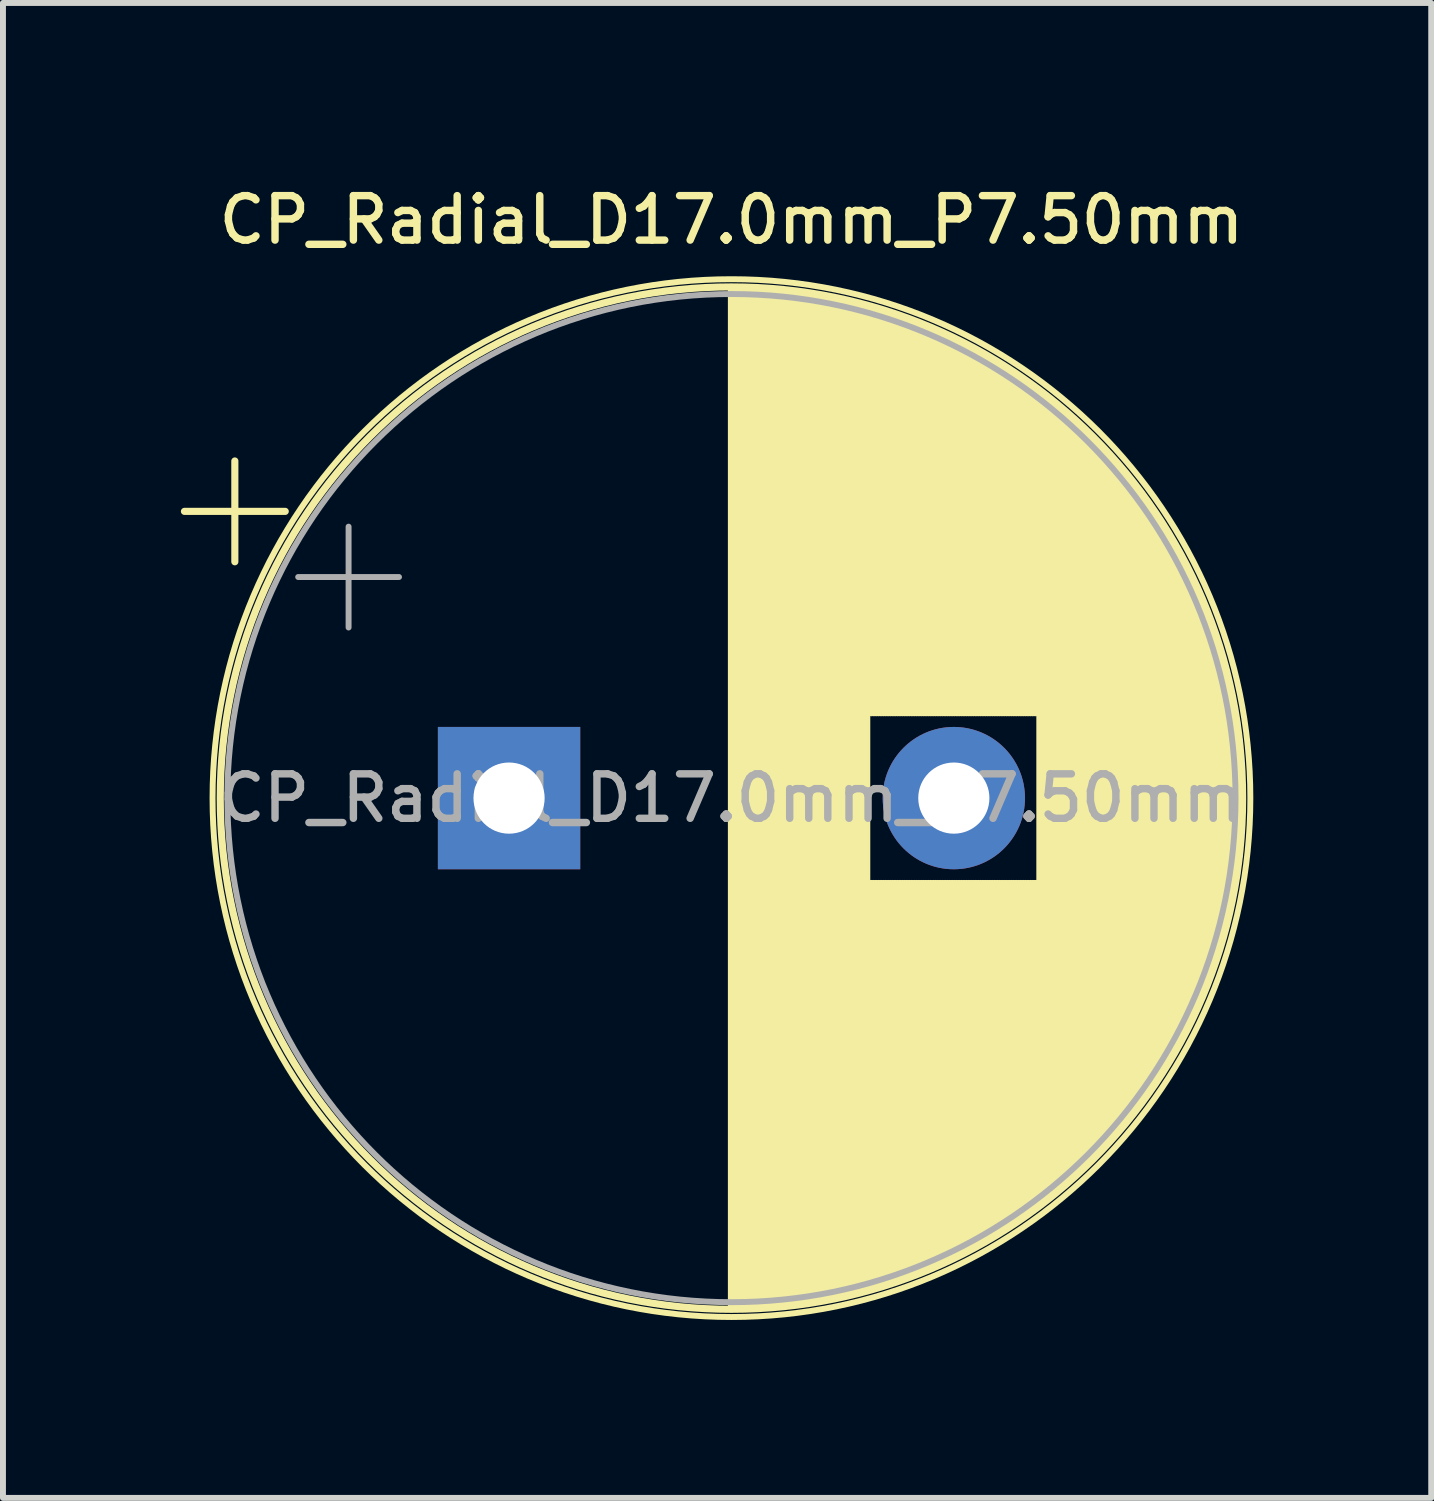
<source format=kicad_pcb>
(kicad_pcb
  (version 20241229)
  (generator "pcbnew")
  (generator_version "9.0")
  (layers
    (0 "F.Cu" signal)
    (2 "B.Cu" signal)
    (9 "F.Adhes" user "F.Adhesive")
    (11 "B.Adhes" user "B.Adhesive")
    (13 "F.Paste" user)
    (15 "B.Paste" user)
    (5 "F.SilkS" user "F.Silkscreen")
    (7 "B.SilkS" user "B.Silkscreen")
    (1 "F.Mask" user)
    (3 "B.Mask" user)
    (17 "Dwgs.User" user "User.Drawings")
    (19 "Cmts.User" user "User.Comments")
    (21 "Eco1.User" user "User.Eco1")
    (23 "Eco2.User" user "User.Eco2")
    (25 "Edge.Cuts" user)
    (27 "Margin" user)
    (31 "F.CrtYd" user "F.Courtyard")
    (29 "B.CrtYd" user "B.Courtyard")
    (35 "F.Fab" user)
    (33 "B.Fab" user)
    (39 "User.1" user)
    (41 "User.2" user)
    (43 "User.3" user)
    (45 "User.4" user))
  (footprint "CP_Radial_D17.0mm_P7.50mm"
    (layer "F.Cu")
    (at 5.534 10.408)
    (property "Reference" "CP_Radial_D17.0mm_P7.50mm" (at 3.75 -9.75 0) (layer "F.SilkS") (effects (font (size 0.75 0.75) (thickness 0.125))))
    (attr through_hole)
    (fp_line (start -5.474 -4.835) (end -3.774 -4.835) (stroke (width 0.12) (type solid)) (layer "F.SilkS"))
    (fp_line (start -4.624 -5.685) (end -4.624 -3.985) (stroke (width 0.12) (type solid)) (layer "F.SilkS"))
    (fp_line (start 3.75 -8.581) (end 3.75 8.581) (stroke (width 0.12) (type solid)) (layer "F.SilkS"))
    (fp_line (start 3.79 -8.58) (end 3.79 8.58) (stroke (width 0.12) (type solid)) (layer "F.SilkS"))
    (fp_line (start 3.83 -8.58) (end 3.83 8.58) (stroke (width 0.12) (type solid)) (layer "F.SilkS"))
    (fp_line (start 3.87 -8.58) (end 3.87 8.58) (stroke (width 0.12) (type solid)) (layer "F.SilkS"))
    (fp_line (start 3.91 -8.579) (end 3.91 8.579) (stroke (width 0.12) (type solid)) (layer "F.SilkS"))
    (fp_line (start 3.95 -8.578) (end 3.95 8.578) (stroke (width 0.12) (type solid)) (layer "F.SilkS"))
    (fp_line (start 3.99 -8.577) (end 3.99 8.577) (stroke (width 0.12) (type solid)) (layer "F.SilkS"))
    (fp_line (start 4.03 -8.576) (end 4.03 8.576) (stroke (width 0.12) (type solid)) (layer "F.SilkS"))
    (fp_line (start 4.07 -8.575) (end 4.07 8.575) (stroke (width 0.12) (type solid)) (layer "F.SilkS"))
    (fp_line (start 4.11 -8.573) (end 4.11 8.573) (stroke (width 0.12) (type solid)) (layer "F.SilkS"))
    (fp_line (start 4.15 -8.571) (end 4.15 8.571) (stroke (width 0.12) (type solid)) (layer "F.SilkS"))
    (fp_line (start 4.19 -8.569) (end 4.19 8.569) (stroke (width 0.12) (type solid)) (layer "F.SilkS"))
    (fp_line (start 4.23 -8.567) (end 4.23 8.567) (stroke (width 0.12) (type solid)) (layer "F.SilkS"))
    (fp_line (start 4.27 -8.565) (end 4.27 8.565) (stroke (width 0.12) (type solid)) (layer "F.SilkS"))
    (fp_line (start 4.31 -8.562) (end 4.31 8.562) (stroke (width 0.12) (type solid)) (layer "F.SilkS"))
    (fp_line (start 4.35 -8.56) (end 4.35 8.56) (stroke (width 0.12) (type solid)) (layer "F.SilkS"))
    (fp_line (start 4.39 -8.557) (end 4.39 8.557) (stroke (width 0.12) (type solid)) (layer "F.SilkS"))
    (fp_line (start 4.43 -8.554) (end 4.43 8.554) (stroke (width 0.12) (type solid)) (layer "F.SilkS"))
    (fp_line (start 4.471 -8.55) (end 4.471 8.55) (stroke (width 0.12) (type solid)) (layer "F.SilkS"))
    (fp_line (start 4.511 -8.547) (end 4.511 8.547) (stroke (width 0.12) (type solid)) (layer "F.SilkS"))
    (fp_line (start 4.551 -8.543) (end 4.551 8.543) (stroke (width 0.12) (type solid)) (layer "F.SilkS"))
    (fp_line (start 4.591 -8.539) (end 4.591 8.539) (stroke (width 0.12) (type solid)) (layer "F.SilkS"))
    (fp_line (start 4.631 -8.535) (end 4.631 8.535) (stroke (width 0.12) (type solid)) (layer "F.SilkS"))
    (fp_line (start 4.671 -8.531) (end 4.671 8.531) (stroke (width 0.12) (type solid)) (layer "F.SilkS"))
    (fp_line (start 4.711 -8.527) (end 4.711 8.527) (stroke (width 0.12) (type solid)) (layer "F.SilkS"))
    (fp_line (start 4.751 -8.522) (end 4.751 8.522) (stroke (width 0.12) (type solid)) (layer "F.SilkS"))
    (fp_line (start 4.791 -8.518) (end 4.791 8.518) (stroke (width 0.12) (type solid)) (layer "F.SilkS"))
    (fp_line (start 4.831 -8.513) (end 4.831 8.513) (stroke (width 0.12) (type solid)) (layer "F.SilkS"))
    (fp_line (start 4.871 -8.507) (end 4.871 8.507) (stroke (width 0.12) (type solid)) (layer "F.SilkS"))
    (fp_line (start 4.911 -8.502) (end 4.911 8.502) (stroke (width 0.12) (type solid)) (layer "F.SilkS"))
    (fp_line (start 4.951 -8.497) (end 4.951 8.497) (stroke (width 0.12) (type solid)) (layer "F.SilkS"))
    (fp_line (start 4.991 -8.491) (end 4.991 8.491) (stroke (width 0.12) (type solid)) (layer "F.SilkS"))
    (fp_line (start 5.031 -8.485) (end 5.031 8.485) (stroke (width 0.12) (type solid)) (layer "F.SilkS"))
    (fp_line (start 5.071 -8.479) (end 5.071 8.479) (stroke (width 0.12) (type solid)) (layer "F.SilkS"))
    (fp_line (start 5.111 -8.473) (end 5.111 8.473) (stroke (width 0.12) (type solid)) (layer "F.SilkS"))
    (fp_line (start 5.151 -8.466) (end 5.151 8.466) (stroke (width 0.12) (type solid)) (layer "F.SilkS"))
    (fp_line (start 5.191 -8.459) (end 5.191 8.459) (stroke (width 0.12) (type solid)) (layer "F.SilkS"))
    (fp_line (start 5.231 -8.452) (end 5.231 8.452) (stroke (width 0.12) (type solid)) (layer "F.SilkS"))
    (fp_line (start 5.271 -8.445) (end 5.271 8.445) (stroke (width 0.12) (type solid)) (layer "F.SilkS"))
    (fp_line (start 5.311 -8.438) (end 5.311 8.438) (stroke (width 0.12) (type solid)) (layer "F.SilkS"))
    (fp_line (start 5.351 -8.431) (end 5.351 8.431) (stroke (width 0.12) (type solid)) (layer "F.SilkS"))
    (fp_line (start 5.391 -8.423) (end 5.391 8.423) (stroke (width 0.12) (type solid)) (layer "F.SilkS"))
    (fp_line (start 5.431 -8.415) (end 5.431 8.415) (stroke (width 0.12) (type solid)) (layer "F.SilkS"))
    (fp_line (start 5.471 -8.407) (end 5.471 8.407) (stroke (width 0.12) (type solid)) (layer "F.SilkS"))
    (fp_line (start 5.511 -8.399) (end 5.511 8.399) (stroke (width 0.12) (type solid)) (layer "F.SilkS"))
    (fp_line (start 5.551 -8.39) (end 5.551 8.39) (stroke (width 0.12) (type solid)) (layer "F.SilkS"))
    (fp_line (start 5.591 -8.382) (end 5.591 8.382) (stroke (width 0.12) (type solid)) (layer "F.SilkS"))
    (fp_line (start 5.631 -8.373) (end 5.631 8.373) (stroke (width 0.12) (type solid)) (layer "F.SilkS"))
    (fp_line (start 5.671 -8.364) (end 5.671 8.364) (stroke (width 0.12) (type solid)) (layer "F.SilkS"))
    (fp_line (start 5.711 -8.355) (end 5.711 8.355) (stroke (width 0.12) (type solid)) (layer "F.SilkS"))
    (fp_line (start 5.751 -8.345) (end 5.751 8.345) (stroke (width 0.12) (type solid)) (layer "F.SilkS"))
    (fp_line (start 5.791 -8.336) (end 5.791 8.336) (stroke (width 0.12) (type solid)) (layer "F.SilkS"))
    (fp_line (start 5.831 -8.326) (end 5.831 8.326) (stroke (width 0.12) (type solid)) (layer "F.SilkS"))
    (fp_line (start 5.871 -8.316) (end 5.871 8.316) (stroke (width 0.12) (type solid)) (layer "F.SilkS"))
    (fp_line (start 5.911 -8.305) (end 5.911 8.305) (stroke (width 0.12) (type solid)) (layer "F.SilkS"))
    (fp_line (start 5.951 -8.295) (end 5.951 8.295) (stroke (width 0.12) (type solid)) (layer "F.SilkS"))
    (fp_line (start 5.991 -8.284) (end 5.991 8.284) (stroke (width 0.12) (type solid)) (layer "F.SilkS"))
    (fp_line (start 6.031 -8.274) (end 6.031 8.274) (stroke (width 0.12) (type solid)) (layer "F.SilkS"))
    (fp_line (start 6.071 -8.262) (end 6.071 -1.44) (stroke (width 0.12) (type solid)) (layer "F.SilkS"))
    (fp_line (start 6.071 1.44) (end 6.071 8.262) (stroke (width 0.12) (type solid)) (layer "F.SilkS"))
    (fp_line (start 6.111 -8.251) (end 6.111 -1.44) (stroke (width 0.12) (type solid)) (layer "F.SilkS"))
    (fp_line (start 6.111 1.44) (end 6.111 8.251) (stroke (width 0.12) (type solid)) (layer "F.SilkS"))
    (fp_line (start 6.151 -8.24) (end 6.151 -1.44) (stroke (width 0.12) (type solid)) (layer "F.SilkS"))
    (fp_line (start 6.151 1.44) (end 6.151 8.24) (stroke (width 0.12) (type solid)) (layer "F.SilkS"))
    (fp_line (start 6.191 -8.228) (end 6.191 -1.44) (stroke (width 0.12) (type solid)) (layer "F.SilkS"))
    (fp_line (start 6.191 1.44) (end 6.191 8.228) (stroke (width 0.12) (type solid)) (layer "F.SilkS"))
    (fp_line (start 6.231 -8.216) (end 6.231 -1.44) (stroke (width 0.12) (type solid)) (layer "F.SilkS"))
    (fp_line (start 6.231 1.44) (end 6.231 8.216) (stroke (width 0.12) (type solid)) (layer "F.SilkS"))
    (fp_line (start 6.271 -8.204) (end 6.271 -1.44) (stroke (width 0.12) (type solid)) (layer "F.SilkS"))
    (fp_line (start 6.271 1.44) (end 6.271 8.204) (stroke (width 0.12) (type solid)) (layer "F.SilkS"))
    (fp_line (start 6.311 -8.192) (end 6.311 -1.44) (stroke (width 0.12) (type solid)) (layer "F.SilkS"))
    (fp_line (start 6.311 1.44) (end 6.311 8.192) (stroke (width 0.12) (type solid)) (layer "F.SilkS"))
    (fp_line (start 6.351 -8.179) (end 6.351 -1.44) (stroke (width 0.12) (type solid)) (layer "F.SilkS"))
    (fp_line (start 6.351 1.44) (end 6.351 8.179) (stroke (width 0.12) (type solid)) (layer "F.SilkS"))
    (fp_line (start 6.391 -8.166) (end 6.391 -1.44) (stroke (width 0.12) (type solid)) (layer "F.SilkS"))
    (fp_line (start 6.391 1.44) (end 6.391 8.166) (stroke (width 0.12) (type solid)) (layer "F.SilkS"))
    (fp_line (start 6.431 -8.153) (end 6.431 -1.44) (stroke (width 0.12) (type solid)) (layer "F.SilkS"))
    (fp_line (start 6.431 1.44) (end 6.431 8.153) (stroke (width 0.12) (type solid)) (layer "F.SilkS"))
    (fp_line (start 6.471 -8.14) (end 6.471 -1.44) (stroke (width 0.12) (type solid)) (layer "F.SilkS"))
    (fp_line (start 6.471 1.44) (end 6.471 8.14) (stroke (width 0.12) (type solid)) (layer "F.SilkS"))
    (fp_line (start 6.511 -8.127) (end 6.511 -1.44) (stroke (width 0.12) (type solid)) (layer "F.SilkS"))
    (fp_line (start 6.511 1.44) (end 6.511 8.127) (stroke (width 0.12) (type solid)) (layer "F.SilkS"))
    (fp_line (start 6.551 -8.113) (end 6.551 -1.44) (stroke (width 0.12) (type solid)) (layer "F.SilkS"))
    (fp_line (start 6.551 1.44) (end 6.551 8.113) (stroke (width 0.12) (type solid)) (layer "F.SilkS"))
    (fp_line (start 6.591 -8.099) (end 6.591 -1.44) (stroke (width 0.12) (type solid)) (layer "F.SilkS"))
    (fp_line (start 6.591 1.44) (end 6.591 8.099) (stroke (width 0.12) (type solid)) (layer "F.SilkS"))
    (fp_line (start 6.631 -8.085) (end 6.631 -1.44) (stroke (width 0.12) (type solid)) (layer "F.SilkS"))
    (fp_line (start 6.631 1.44) (end 6.631 8.085) (stroke (width 0.12) (type solid)) (layer "F.SilkS"))
    (fp_line (start 6.671 -8.071) (end 6.671 -1.44) (stroke (width 0.12) (type solid)) (layer "F.SilkS"))
    (fp_line (start 6.671 1.44) (end 6.671 8.071) (stroke (width 0.12) (type solid)) (layer "F.SilkS"))
    (fp_line (start 6.711 -8.056) (end 6.711 -1.44) (stroke (width 0.12) (type solid)) (layer "F.SilkS"))
    (fp_line (start 6.711 1.44) (end 6.711 8.056) (stroke (width 0.12) (type solid)) (layer "F.SilkS"))
    (fp_line (start 6.751 -8.042) (end 6.751 -1.44) (stroke (width 0.12) (type solid)) (layer "F.SilkS"))
    (fp_line (start 6.751 1.44) (end 6.751 8.042) (stroke (width 0.12) (type solid)) (layer "F.SilkS"))
    (fp_line (start 6.791 -8.027) (end 6.791 -1.44) (stroke (width 0.12) (type solid)) (layer "F.SilkS"))
    (fp_line (start 6.791 1.44) (end 6.791 8.027) (stroke (width 0.12) (type solid)) (layer "F.SilkS"))
    (fp_line (start 6.831 -8.011) (end 6.831 -1.44) (stroke (width 0.12) (type solid)) (layer "F.SilkS"))
    (fp_line (start 6.831 1.44) (end 6.831 8.011) (stroke (width 0.12) (type solid)) (layer "F.SilkS"))
    (fp_line (start 6.871 -7.996) (end 6.871 -1.44) (stroke (width 0.12) (type solid)) (layer "F.SilkS"))
    (fp_line (start 6.871 1.44) (end 6.871 7.996) (stroke (width 0.12) (type solid)) (layer "F.SilkS"))
    (fp_line (start 6.911 -7.98) (end 6.911 -1.44) (stroke (width 0.12) (type solid)) (layer "F.SilkS"))
    (fp_line (start 6.911 1.44) (end 6.911 7.98) (stroke (width 0.12) (type solid)) (layer "F.SilkS"))
    (fp_line (start 6.951 -7.965) (end 6.951 -1.44) (stroke (width 0.12) (type solid)) (layer "F.SilkS"))
    (fp_line (start 6.951 1.44) (end 6.951 7.965) (stroke (width 0.12) (type solid)) (layer "F.SilkS"))
    (fp_line (start 6.991 -7.948) (end 6.991 -1.44) (stroke (width 0.12) (type solid)) (layer "F.SilkS"))
    (fp_line (start 6.991 1.44) (end 6.991 7.948) (stroke (width 0.12) (type solid)) (layer "F.SilkS"))
    (fp_line (start 7.031 -7.932) (end 7.031 -1.44) (stroke (width 0.12) (type solid)) (layer "F.SilkS"))
    (fp_line (start 7.031 1.44) (end 7.031 7.932) (stroke (width 0.12) (type solid)) (layer "F.SilkS"))
    (fp_line (start 7.071 -7.915) (end 7.071 -1.44) (stroke (width 0.12) (type solid)) (layer "F.SilkS"))
    (fp_line (start 7.071 1.44) (end 7.071 7.915) (stroke (width 0.12) (type solid)) (layer "F.SilkS"))
    (fp_line (start 7.111 -7.899) (end 7.111 -1.44) (stroke (width 0.12) (type solid)) (layer "F.SilkS"))
    (fp_line (start 7.111 1.44) (end 7.111 7.899) (stroke (width 0.12) (type solid)) (layer "F.SilkS"))
    (fp_line (start 7.151 -7.882) (end 7.151 -1.44) (stroke (width 0.12) (type solid)) (layer "F.SilkS"))
    (fp_line (start 7.151 1.44) (end 7.151 7.882) (stroke (width 0.12) (type solid)) (layer "F.SilkS"))
    (fp_line (start 7.191 -7.864) (end 7.191 -1.44) (stroke (width 0.12) (type solid)) (layer "F.SilkS"))
    (fp_line (start 7.191 1.44) (end 7.191 7.864) (stroke (width 0.12) (type solid)) (layer "F.SilkS"))
    (fp_line (start 7.231 -7.847) (end 7.231 -1.44) (stroke (width 0.12) (type solid)) (layer "F.SilkS"))
    (fp_line (start 7.231 1.44) (end 7.231 7.847) (stroke (width 0.12) (type solid)) (layer "F.SilkS"))
    (fp_line (start 7.271 -7.829) (end 7.271 -1.44) (stroke (width 0.12) (type solid)) (layer "F.SilkS"))
    (fp_line (start 7.271 1.44) (end 7.271 7.829) (stroke (width 0.12) (type solid)) (layer "F.SilkS"))
    (fp_line (start 7.311 -7.811) (end 7.311 -1.44) (stroke (width 0.12) (type solid)) (layer "F.SilkS"))
    (fp_line (start 7.311 1.44) (end 7.311 7.811) (stroke (width 0.12) (type solid)) (layer "F.SilkS"))
    (fp_line (start 7.351 -7.793) (end 7.351 -1.44) (stroke (width 0.12) (type solid)) (layer "F.SilkS"))
    (fp_line (start 7.351 1.44) (end 7.351 7.793) (stroke (width 0.12) (type solid)) (layer "F.SilkS"))
    (fp_line (start 7.391 -7.774) (end 7.391 -1.44) (stroke (width 0.12) (type solid)) (layer "F.SilkS"))
    (fp_line (start 7.391 1.44) (end 7.391 7.774) (stroke (width 0.12) (type solid)) (layer "F.SilkS"))
    (fp_line (start 7.431 -7.755) (end 7.431 -1.44) (stroke (width 0.12) (type solid)) (layer "F.SilkS"))
    (fp_line (start 7.431 1.44) (end 7.431 7.755) (stroke (width 0.12) (type solid)) (layer "F.SilkS"))
    (fp_line (start 7.471 -7.736) (end 7.471 -1.44) (stroke (width 0.12) (type solid)) (layer "F.SilkS"))
    (fp_line (start 7.471 1.44) (end 7.471 7.736) (stroke (width 0.12) (type solid)) (layer "F.SilkS"))
    (fp_line (start 7.511 -7.717) (end 7.511 -1.44) (stroke (width 0.12) (type solid)) (layer "F.SilkS"))
    (fp_line (start 7.511 1.44) (end 7.511 7.717) (stroke (width 0.12) (type solid)) (layer "F.SilkS"))
    (fp_line (start 7.551 -7.698) (end 7.551 -1.44) (stroke (width 0.12) (type solid)) (layer "F.SilkS"))
    (fp_line (start 7.551 1.44) (end 7.551 7.698) (stroke (width 0.12) (type solid)) (layer "F.SilkS"))
    (fp_line (start 7.591 -7.678) (end 7.591 -1.44) (stroke (width 0.12) (type solid)) (layer "F.SilkS"))
    (fp_line (start 7.591 1.44) (end 7.591 7.678) (stroke (width 0.12) (type solid)) (layer "F.SilkS"))
    (fp_line (start 7.631 -7.658) (end 7.631 -1.44) (stroke (width 0.12) (type solid)) (layer "F.SilkS"))
    (fp_line (start 7.631 1.44) (end 7.631 7.658) (stroke (width 0.12) (type solid)) (layer "F.SilkS"))
    (fp_line (start 7.671 -7.638) (end 7.671 -1.44) (stroke (width 0.12) (type solid)) (layer "F.SilkS"))
    (fp_line (start 7.671 1.44) (end 7.671 7.638) (stroke (width 0.12) (type solid)) (layer "F.SilkS"))
    (fp_line (start 7.711 -7.617) (end 7.711 -1.44) (stroke (width 0.12) (type solid)) (layer "F.SilkS"))
    (fp_line (start 7.711 1.44) (end 7.711 7.617) (stroke (width 0.12) (type solid)) (layer "F.SilkS"))
    (fp_line (start 7.751 -7.596) (end 7.751 -1.44) (stroke (width 0.12) (type solid)) (layer "F.SilkS"))
    (fp_line (start 7.751 1.44) (end 7.751 7.596) (stroke (width 0.12) (type solid)) (layer "F.SilkS"))
    (fp_line (start 7.791 -7.575) (end 7.791 -1.44) (stroke (width 0.12) (type solid)) (layer "F.SilkS"))
    (fp_line (start 7.791 1.44) (end 7.791 7.575) (stroke (width 0.12) (type solid)) (layer "F.SilkS"))
    (fp_line (start 7.831 -7.554) (end 7.831 -1.44) (stroke (width 0.12) (type solid)) (layer "F.SilkS"))
    (fp_line (start 7.831 1.44) (end 7.831 7.554) (stroke (width 0.12) (type solid)) (layer "F.SilkS"))
    (fp_line (start 7.871 -7.532) (end 7.871 -1.44) (stroke (width 0.12) (type solid)) (layer "F.SilkS"))
    (fp_line (start 7.871 1.44) (end 7.871 7.532) (stroke (width 0.12) (type solid)) (layer "F.SilkS"))
    (fp_line (start 7.911 -7.51) (end 7.911 -1.44) (stroke (width 0.12) (type solid)) (layer "F.SilkS"))
    (fp_line (start 7.911 1.44) (end 7.911 7.51) (stroke (width 0.12) (type solid)) (layer "F.SilkS"))
    (fp_line (start 7.951 -7.488) (end 7.951 -1.44) (stroke (width 0.12) (type solid)) (layer "F.SilkS"))
    (fp_line (start 7.951 1.44) (end 7.951 7.488) (stroke (width 0.12) (type solid)) (layer "F.SilkS"))
    (fp_line (start 7.991 -7.466) (end 7.991 -1.44) (stroke (width 0.12) (type solid)) (layer "F.SilkS"))
    (fp_line (start 7.991 1.44) (end 7.991 7.466) (stroke (width 0.12) (type solid)) (layer "F.SilkS"))
    (fp_line (start 8.031 -7.443) (end 8.031 -1.44) (stroke (width 0.12) (type solid)) (layer "F.SilkS"))
    (fp_line (start 8.031 1.44) (end 8.031 7.443) (stroke (width 0.12) (type solid)) (layer "F.SilkS"))
    (fp_line (start 8.071 -7.42) (end 8.071 -1.44) (stroke (width 0.12) (type solid)) (layer "F.SilkS"))
    (fp_line (start 8.071 1.44) (end 8.071 7.42) (stroke (width 0.12) (type solid)) (layer "F.SilkS"))
    (fp_line (start 8.111 -7.397) (end 8.111 -1.44) (stroke (width 0.12) (type solid)) (layer "F.SilkS"))
    (fp_line (start 8.111 1.44) (end 8.111 7.397) (stroke (width 0.12) (type solid)) (layer "F.SilkS"))
    (fp_line (start 8.151 -7.373) (end 8.151 -1.44) (stroke (width 0.12) (type solid)) (layer "F.SilkS"))
    (fp_line (start 8.151 1.44) (end 8.151 7.373) (stroke (width 0.12) (type solid)) (layer "F.SilkS"))
    (fp_line (start 8.191 -7.349) (end 8.191 -1.44) (stroke (width 0.12) (type solid)) (layer "F.SilkS"))
    (fp_line (start 8.191 1.44) (end 8.191 7.349) (stroke (width 0.12) (type solid)) (layer "F.SilkS"))
    (fp_line (start 8.231 -7.325) (end 8.231 -1.44) (stroke (width 0.12) (type solid)) (layer "F.SilkS"))
    (fp_line (start 8.231 1.44) (end 8.231 7.325) (stroke (width 0.12) (type solid)) (layer "F.SilkS"))
    (fp_line (start 8.271 -7.3) (end 8.271 -1.44) (stroke (width 0.12) (type solid)) (layer "F.SilkS"))
    (fp_line (start 8.271 1.44) (end 8.271 7.3) (stroke (width 0.12) (type solid)) (layer "F.SilkS"))
    (fp_line (start 8.311 -7.276) (end 8.311 -1.44) (stroke (width 0.12) (type solid)) (layer "F.SilkS"))
    (fp_line (start 8.311 1.44) (end 8.311 7.276) (stroke (width 0.12) (type solid)) (layer "F.SilkS"))
    (fp_line (start 8.351 -7.251) (end 8.351 -1.44) (stroke (width 0.12) (type solid)) (layer "F.SilkS"))
    (fp_line (start 8.351 1.44) (end 8.351 7.251) (stroke (width 0.12) (type solid)) (layer "F.SilkS"))
    (fp_line (start 8.391 -7.225) (end 8.391 -1.44) (stroke (width 0.12) (type solid)) (layer "F.SilkS"))
    (fp_line (start 8.391 1.44) (end 8.391 7.225) (stroke (width 0.12) (type solid)) (layer "F.SilkS"))
    (fp_line (start 8.431 -7.199) (end 8.431 -1.44) (stroke (width 0.12) (type solid)) (layer "F.SilkS"))
    (fp_line (start 8.431 1.44) (end 8.431 7.199) (stroke (width 0.12) (type solid)) (layer "F.SilkS"))
    (fp_line (start 8.471 -7.173) (end 8.471 -1.44) (stroke (width 0.12) (type solid)) (layer "F.SilkS"))
    (fp_line (start 8.471 1.44) (end 8.471 7.173) (stroke (width 0.12) (type solid)) (layer "F.SilkS"))
    (fp_line (start 8.511 -7.147) (end 8.511 -1.44) (stroke (width 0.12) (type solid)) (layer "F.SilkS"))
    (fp_line (start 8.511 1.44) (end 8.511 7.147) (stroke (width 0.12) (type solid)) (layer "F.SilkS"))
    (fp_line (start 8.551 -7.12) (end 8.551 -1.44) (stroke (width 0.12) (type solid)) (layer "F.SilkS"))
    (fp_line (start 8.551 1.44) (end 8.551 7.12) (stroke (width 0.12) (type solid)) (layer "F.SilkS"))
    (fp_line (start 8.591 -7.093) (end 8.591 -1.44) (stroke (width 0.12) (type solid)) (layer "F.SilkS"))
    (fp_line (start 8.591 1.44) (end 8.591 7.093) (stroke (width 0.12) (type solid)) (layer "F.SilkS"))
    (fp_line (start 8.631 -7.066) (end 8.631 -1.44) (stroke (width 0.12) (type solid)) (layer "F.SilkS"))
    (fp_line (start 8.631 1.44) (end 8.631 7.066) (stroke (width 0.12) (type solid)) (layer "F.SilkS"))
    (fp_line (start 8.671 -7.038) (end 8.671 -1.44) (stroke (width 0.12) (type solid)) (layer "F.SilkS"))
    (fp_line (start 8.671 1.44) (end 8.671 7.038) (stroke (width 0.12) (type solid)) (layer "F.SilkS"))
    (fp_line (start 8.711 -7.011) (end 8.711 -1.44) (stroke (width 0.12) (type solid)) (layer "F.SilkS"))
    (fp_line (start 8.711 1.44) (end 8.711 7.011) (stroke (width 0.12) (type solid)) (layer "F.SilkS"))
    (fp_line (start 8.751 -6.982) (end 8.751 -1.44) (stroke (width 0.12) (type solid)) (layer "F.SilkS"))
    (fp_line (start 8.751 1.44) (end 8.751 6.982) (stroke (width 0.12) (type solid)) (layer "F.SilkS"))
    (fp_line (start 8.791 -6.954) (end 8.791 -1.44) (stroke (width 0.12) (type solid)) (layer "F.SilkS"))
    (fp_line (start 8.791 1.44) (end 8.791 6.954) (stroke (width 0.12) (type solid)) (layer "F.SilkS"))
    (fp_line (start 8.831 -6.925) (end 8.831 -1.44) (stroke (width 0.12) (type solid)) (layer "F.SilkS"))
    (fp_line (start 8.831 1.44) (end 8.831 6.925) (stroke (width 0.12) (type solid)) (layer "F.SilkS"))
    (fp_line (start 8.871 -6.895) (end 8.871 -1.44) (stroke (width 0.12) (type solid)) (layer "F.SilkS"))
    (fp_line (start 8.871 1.44) (end 8.871 6.895) (stroke (width 0.12) (type solid)) (layer "F.SilkS"))
    (fp_line (start 8.911 -6.865) (end 8.911 -1.44) (stroke (width 0.12) (type solid)) (layer "F.SilkS"))
    (fp_line (start 8.911 1.44) (end 8.911 6.865) (stroke (width 0.12) (type solid)) (layer "F.SilkS"))
    (fp_line (start 8.951 -6.835) (end 8.951 6.835) (stroke (width 0.12) (type solid)) (layer "F.SilkS"))
    (fp_line (start 8.991 -6.805) (end 8.991 6.805) (stroke (width 0.12) (type solid)) (layer "F.SilkS"))
    (fp_line (start 9.031 -6.774) (end 9.031 6.774) (stroke (width 0.12) (type solid)) (layer "F.SilkS"))
    (fp_line (start 9.071 -6.743) (end 9.071 6.743) (stroke (width 0.12) (type solid)) (layer "F.SilkS"))
    (fp_line (start 9.111 -6.711) (end 9.111 6.711) (stroke (width 0.12) (type solid)) (layer "F.SilkS"))
    (fp_line (start 9.151 -6.679) (end 9.151 6.679) (stroke (width 0.12) (type solid)) (layer "F.SilkS"))
    (fp_line (start 9.191 -6.647) (end 9.191 6.647) (stroke (width 0.12) (type solid)) (layer "F.SilkS"))
    (fp_line (start 9.231 -6.614) (end 9.231 6.614) (stroke (width 0.12) (type solid)) (layer "F.SilkS"))
    (fp_line (start 9.271 -6.581) (end 9.271 6.581) (stroke (width 0.12) (type solid)) (layer "F.SilkS"))
    (fp_line (start 9.311 -6.548) (end 9.311 6.548) (stroke (width 0.12) (type solid)) (layer "F.SilkS"))
    (fp_line (start 9.351 -6.514) (end 9.351 6.514) (stroke (width 0.12) (type solid)) (layer "F.SilkS"))
    (fp_line (start 9.391 -6.479) (end 9.391 6.479) (stroke (width 0.12) (type solid)) (layer "F.SilkS"))
    (fp_line (start 9.431 -6.444) (end 9.431 6.444) (stroke (width 0.12) (type solid)) (layer "F.SilkS"))
    (fp_line (start 9.471 -6.409) (end 9.471 6.409) (stroke (width 0.12) (type solid)) (layer "F.SilkS"))
    (fp_line (start 9.511 -6.374) (end 9.511 6.374) (stroke (width 0.12) (type solid)) (layer "F.SilkS"))
    (fp_line (start 9.551 -6.337) (end 9.551 6.337) (stroke (width 0.12) (type solid)) (layer "F.SilkS"))
    (fp_line (start 9.591 -6.301) (end 9.591 6.301) (stroke (width 0.12) (type solid)) (layer "F.SilkS"))
    (fp_line (start 9.631 -6.264) (end 9.631 6.264) (stroke (width 0.12) (type solid)) (layer "F.SilkS"))
    (fp_line (start 9.671 -6.226) (end 9.671 6.226) (stroke (width 0.12) (type solid)) (layer "F.SilkS"))
    (fp_line (start 9.711 -6.188) (end 9.711 6.188) (stroke (width 0.12) (type solid)) (layer "F.SilkS"))
    (fp_line (start 9.751 -6.15) (end 9.751 6.15) (stroke (width 0.12) (type solid)) (layer "F.SilkS"))
    (fp_line (start 9.791 -6.111) (end 9.791 6.111) (stroke (width 0.12) (type solid)) (layer "F.SilkS"))
    (fp_line (start 9.831 -6.071) (end 9.831 6.071) (stroke (width 0.12) (type solid)) (layer "F.SilkS"))
    (fp_line (start 9.871 -6.031) (end 9.871 6.031) (stroke (width 0.12) (type solid)) (layer "F.SilkS"))
    (fp_line (start 9.911 -5.99) (end 9.911 5.99) (stroke (width 0.12) (type solid)) (layer "F.SilkS"))
    (fp_line (start 9.951 -5.949) (end 9.951 5.949) (stroke (width 0.12) (type solid)) (layer "F.SilkS"))
    (fp_line (start 9.991 -5.907) (end 9.991 5.907) (stroke (width 0.12) (type solid)) (layer "F.SilkS"))
    (fp_line (start 10.031 -5.865) (end 10.031 5.865) (stroke (width 0.12) (type solid)) (layer "F.SilkS"))
    (fp_line (start 10.071 -5.822) (end 10.071 5.822) (stroke (width 0.12) (type solid)) (layer "F.SilkS"))
    (fp_line (start 10.111 -5.779) (end 10.111 5.779) (stroke (width 0.12) (type solid)) (layer "F.SilkS"))
    (fp_line (start 10.151 -5.735) (end 10.151 5.735) (stroke (width 0.12) (type solid)) (layer "F.SilkS"))
    (fp_line (start 10.191 -5.69) (end 10.191 5.69) (stroke (width 0.12) (type solid)) (layer "F.SilkS"))
    (fp_line (start 10.231 -5.645) (end 10.231 5.645) (stroke (width 0.12) (type solid)) (layer "F.SilkS"))
    (fp_line (start 10.271 -5.599) (end 10.271 5.599) (stroke (width 0.12) (type solid)) (layer "F.SilkS"))
    (fp_line (start 10.311 -5.553) (end 10.311 5.553) (stroke (width 0.12) (type solid)) (layer "F.SilkS"))
    (fp_line (start 10.351 -5.505) (end 10.351 5.505) (stroke (width 0.12) (type solid)) (layer "F.SilkS"))
    (fp_line (start 10.391 -5.457) (end 10.391 5.457) (stroke (width 0.12) (type solid)) (layer "F.SilkS"))
    (fp_line (start 10.431 -5.409) (end 10.431 5.409) (stroke (width 0.12) (type solid)) (layer "F.SilkS"))
    (fp_line (start 10.471 -5.359) (end 10.471 5.359) (stroke (width 0.12) (type solid)) (layer "F.SilkS"))
    (fp_line (start 10.511 -5.309) (end 10.511 5.309) (stroke (width 0.12) (type solid)) (layer "F.SilkS"))
    (fp_line (start 10.551 -5.258) (end 10.551 5.258) (stroke (width 0.12) (type solid)) (layer "F.SilkS"))
    (fp_line (start 10.591 -5.206) (end 10.591 5.206) (stroke (width 0.12) (type solid)) (layer "F.SilkS"))
    (fp_line (start 10.631 -5.154) (end 10.631 5.154) (stroke (width 0.12) (type solid)) (layer "F.SilkS"))
    (fp_line (start 10.671 -5.1) (end 10.671 5.1) (stroke (width 0.12) (type solid)) (layer "F.SilkS"))
    (fp_line (start 10.711 -5.046) (end 10.711 5.046) (stroke (width 0.12) (type solid)) (layer "F.SilkS"))
    (fp_line (start 10.751 -4.991) (end 10.751 4.991) (stroke (width 0.12) (type solid)) (layer "F.SilkS"))
    (fp_line (start 10.791 -4.935) (end 10.791 4.935) (stroke (width 0.12) (type solid)) (layer "F.SilkS"))
    (fp_line (start 10.831 -4.878) (end 10.831 4.878) (stroke (width 0.12) (type solid)) (layer "F.SilkS"))
    (fp_line (start 10.871 -4.82) (end 10.871 4.82) (stroke (width 0.12) (type solid)) (layer "F.SilkS"))
    (fp_line (start 10.911 -4.76) (end 10.911 4.76) (stroke (width 0.12) (type solid)) (layer "F.SilkS"))
    (fp_line (start 10.951 -4.7) (end 10.951 4.7) (stroke (width 0.12) (type solid)) (layer "F.SilkS"))
    (fp_line (start 10.991 -4.639) (end 10.991 4.639) (stroke (width 0.12) (type solid)) (layer "F.SilkS"))
    (fp_line (start 11.031 -4.576) (end 11.031 4.576) (stroke (width 0.12) (type solid)) (layer "F.SilkS"))
    (fp_line (start 11.071 -4.513) (end 11.071 4.513) (stroke (width 0.12) (type solid)) (layer "F.SilkS"))
    (fp_line (start 11.111 -4.448) (end 11.111 4.448) (stroke (width 0.12) (type solid)) (layer "F.SilkS"))
    (fp_line (start 11.151 -4.381) (end 11.151 4.381) (stroke (width 0.12) (type solid)) (layer "F.SilkS"))
    (fp_line (start 11.191 -4.314) (end 11.191 4.314) (stroke (width 0.12) (type solid)) (layer "F.SilkS"))
    (fp_line (start 11.231 -4.245) (end 11.231 4.245) (stroke (width 0.12) (type solid)) (layer "F.SilkS"))
    (fp_line (start 11.271 -4.174) (end 11.271 4.174) (stroke (width 0.12) (type solid)) (layer "F.SilkS"))
    (fp_line (start 11.311 -4.102) (end 11.311 4.102) (stroke (width 0.12) (type solid)) (layer "F.SilkS"))
    (fp_line (start 11.351 -4.028) (end 11.351 4.028) (stroke (width 0.12) (type solid)) (layer "F.SilkS"))
    (fp_line (start 11.391 -3.952) (end 11.391 3.952) (stroke (width 0.12) (type solid)) (layer "F.SilkS"))
    (fp_line (start 11.431 -3.875) (end 11.431 3.875) (stroke (width 0.12) (type solid)) (layer "F.SilkS"))
    (fp_line (start 11.471 -3.795) (end 11.471 3.795) (stroke (width 0.12) (type solid)) (layer "F.SilkS"))
    (fp_line (start 11.511 -3.714) (end 11.511 3.714) (stroke (width 0.12) (type solid)) (layer "F.SilkS"))
    (fp_line (start 11.551 -3.63) (end 11.551 3.63) (stroke (width 0.12) (type solid)) (layer "F.SilkS"))
    (fp_line (start 11.591 -3.544) (end 11.591 3.544) (stroke (width 0.12) (type solid)) (layer "F.SilkS"))
    (fp_line (start 11.631 -3.455) (end 11.631 3.455) (stroke (width 0.12) (type solid)) (layer "F.SilkS"))
    (fp_line (start 11.671 -3.363) (end 11.671 3.363) (stroke (width 0.12) (type solid)) (layer "F.SilkS"))
    (fp_line (start 11.711 -3.268) (end 11.711 3.268) (stroke (width 0.12) (type solid)) (layer "F.SilkS"))
    (fp_line (start 11.751 -3.171) (end 11.751 3.171) (stroke (width 0.12) (type solid)) (layer "F.SilkS"))
    (fp_line (start 11.791 -3.069) (end 11.791 3.069) (stroke (width 0.12) (type solid)) (layer "F.SilkS"))
    (fp_line (start 11.831 -2.963) (end 11.831 2.963) (stroke (width 0.12) (type solid)) (layer "F.SilkS"))
    (fp_line (start 11.871 -2.854) (end 11.871 2.854) (stroke (width 0.12) (type solid)) (layer "F.SilkS"))
    (fp_line (start 11.911 -2.739) (end 11.911 2.739) (stroke (width 0.12) (type solid)) (layer "F.SilkS"))
    (fp_line (start 11.95 -2.618) (end 11.95 2.618) (stroke (width 0.12) (type solid)) (layer "F.SilkS"))
    (fp_line (start 11.99 -2.492) (end 11.99 2.492) (stroke (width 0.12) (type solid)) (layer "F.SilkS"))
    (fp_line (start 12.03 -2.358) (end 12.03 2.358) (stroke (width 0.12) (type solid)) (layer "F.SilkS"))
    (fp_line (start 12.07 -2.215) (end 12.07 2.215) (stroke (width 0.12) (type solid)) (layer "F.SilkS"))
    (fp_line (start 12.11 -2.062) (end 12.11 2.062) (stroke (width 0.12) (type solid)) (layer "F.SilkS"))
    (fp_line (start 12.15 -1.896) (end 12.15 1.896) (stroke (width 0.12) (type solid)) (layer "F.SilkS"))
    (fp_line (start 12.19 -1.713) (end 12.19 1.713) (stroke (width 0.12) (type solid)) (layer "F.SilkS"))
    (fp_line (start 12.23 -1.508) (end 12.23 1.508) (stroke (width 0.12) (type solid)) (layer "F.SilkS"))
    (fp_line (start 12.27 -1.27) (end 12.27 1.27) (stroke (width 0.12) (type solid)) (layer "F.SilkS"))
    (fp_line (start 12.31 -0.976) (end 12.31 0.976) (stroke (width 0.12) (type solid)) (layer "F.SilkS"))
    (fp_line (start 12.35 -0.547) (end 12.35 0.547) (stroke (width 0.12) (type solid)) (layer "F.SilkS"))
    (fp_circle (center 3.75 0) (end 12.37 0) (stroke (width 0.12) (type solid)) (fill no) (layer "F.SilkS"))
    (fp_circle (center 3.75 0) (end 12.5 0) (stroke (width 0.1) (type solid)) (fill no) (layer "F.SilkS"))
    (fp_line (start -3.556 -3.728) (end -1.856 -3.728) (stroke (width 0.1) (type solid)) (layer "F.Fab"))
    (fp_line (start -2.706 -4.577) (end -2.706 -2.877) (stroke (width 0.1) (type solid)) (layer "F.Fab"))
    (fp_circle (center 3.75 0) (end 12.25 0) (stroke (width 0.1) (type solid)) (fill no) (layer "F.Fab"))
    (fp_text user "${REFERENCE}" (at 3.75 0 0) (layer "F.Fab") (effects (font (size 0.75 0.75) (thickness 0.125))))
    (pad "1" thru_hole rect (at 0 0) (size 2.4 2.4) (drill 1.2) (layers "*.Cu" "*.Mask"))
    (pad "2" thru_hole circle (at 7.5 0) (size 2.4 2.4) (drill 1.2) (layers "*.Cu" "*.Mask")))
  (gr_rect
    (start -3 -3)
    (end 21.084 22.208)
    (stroke (width 0.1) (type default))
    (fill no)
    (layer "Edge.Cuts")))
</source>
